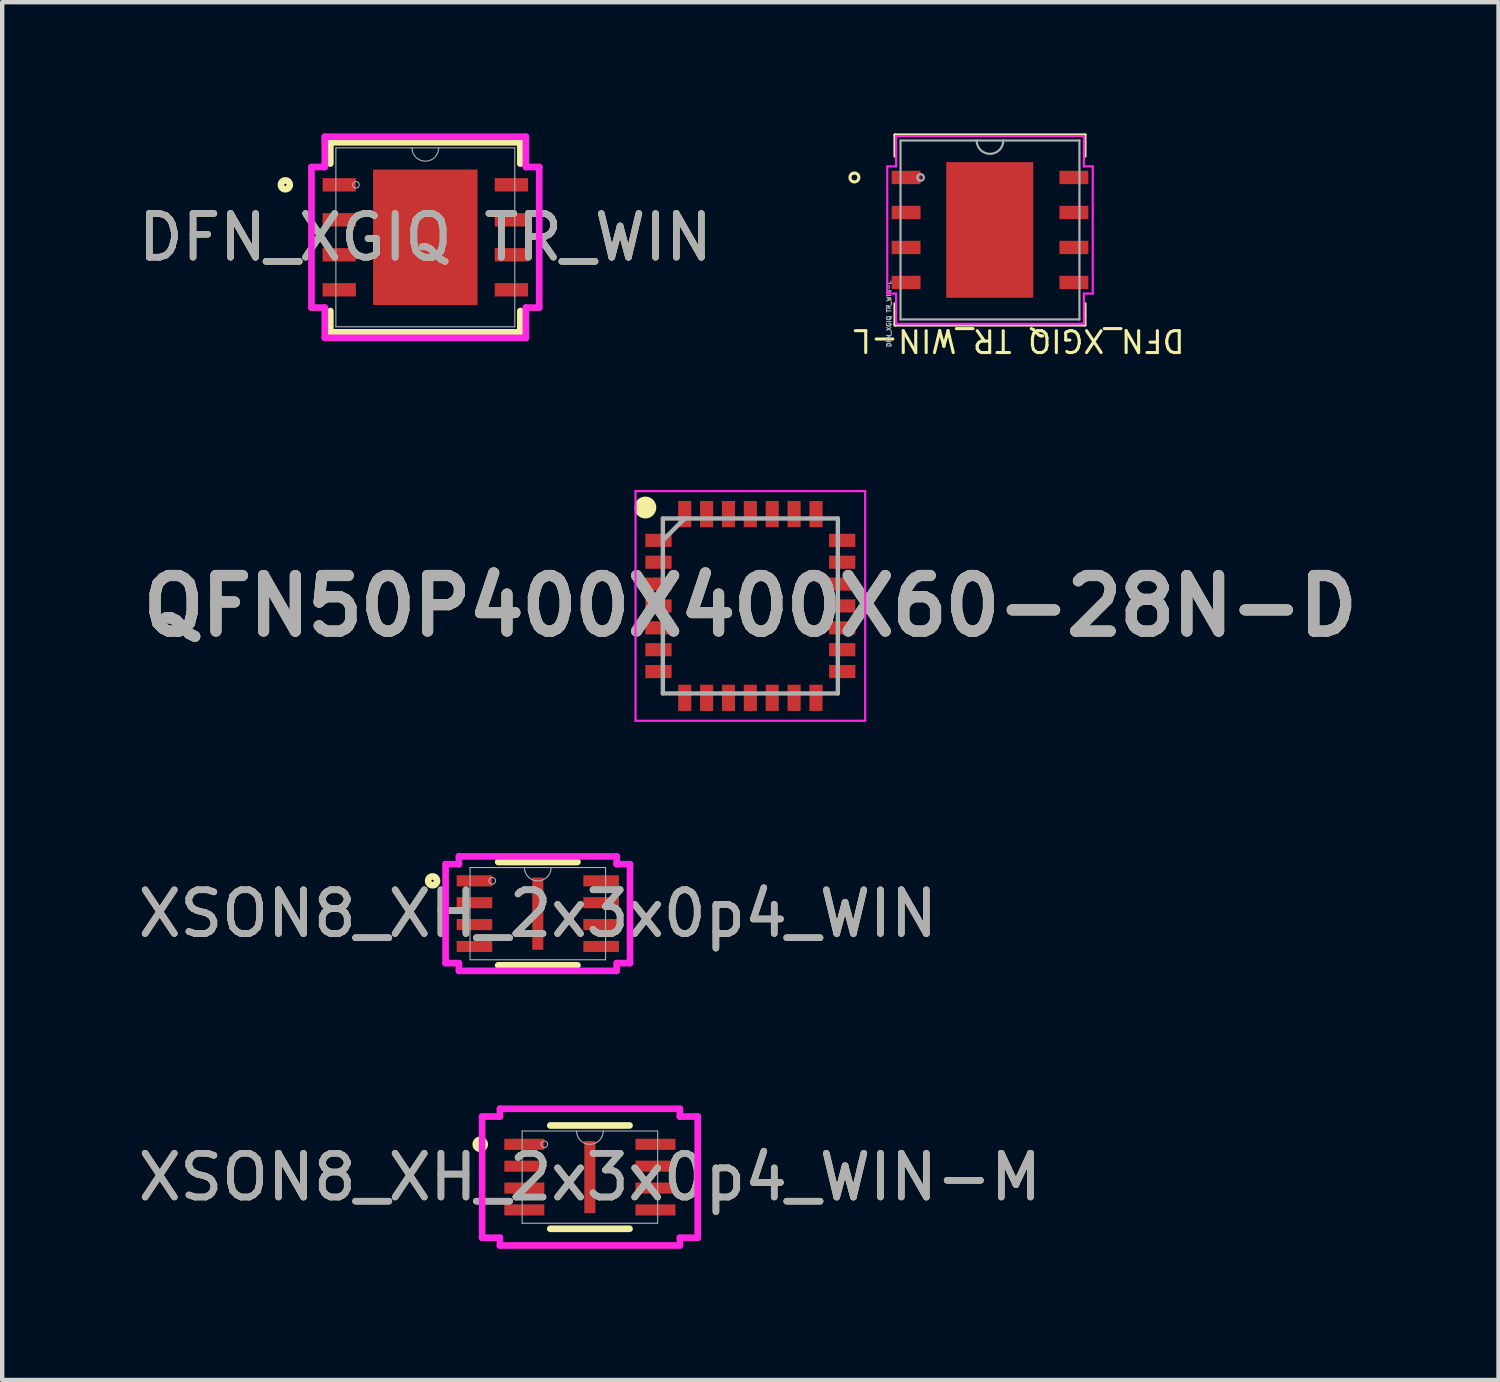
<source format=kicad_pcb>
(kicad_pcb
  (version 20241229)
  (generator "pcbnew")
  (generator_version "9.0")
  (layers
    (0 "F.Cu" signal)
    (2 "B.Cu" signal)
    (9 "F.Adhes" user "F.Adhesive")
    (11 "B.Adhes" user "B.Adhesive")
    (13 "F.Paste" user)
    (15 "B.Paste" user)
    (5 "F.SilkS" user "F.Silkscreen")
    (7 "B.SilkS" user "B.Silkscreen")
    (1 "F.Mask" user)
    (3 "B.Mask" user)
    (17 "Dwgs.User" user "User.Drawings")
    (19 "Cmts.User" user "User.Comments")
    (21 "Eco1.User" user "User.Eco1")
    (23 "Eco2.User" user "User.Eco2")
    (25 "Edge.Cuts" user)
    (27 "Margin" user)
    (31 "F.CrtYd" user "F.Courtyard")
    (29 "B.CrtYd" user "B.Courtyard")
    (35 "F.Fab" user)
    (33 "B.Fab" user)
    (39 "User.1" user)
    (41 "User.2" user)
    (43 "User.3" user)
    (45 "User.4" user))
  (footprint "XSON8_XH_2x3x0p4_WIN-M"
    (layer "F.Cu")
    (at 10.435 23.859)
    (property "Reference" "XSON8_XH_2x3x0p4_WIN-M" (at 0 0 0) (unlocked yes) (layer "F.SilkS") (effects (font (size 1 1) (thickness 0.15))))
    (attr smd)
    (fp_line (start -0.906 1.181) (end 0.906 1.181) (stroke (width 0.152) (type solid)) (layer "F.SilkS"))
    (fp_line (start 0.906 -1.181) (end -0.906 -1.181) (stroke (width 0.152) (type solid)) (layer "F.SilkS"))
    (fp_circle (center -2.507 -0.75) (end -2.405 -0.75) (stroke (width 0.152) (type solid)) (fill no) (layer "F.SilkS"))
    (fp_line (start -2.464 -1.385) (end -2.057 -1.385) (stroke (width 0.152) (type solid)) (layer "F.CrtYd"))
    (fp_line (start -2.464 1.385) (end -2.464 -1.385) (stroke (width 0.152) (type solid)) (layer "F.CrtYd"))
    (fp_line (start -2.464 1.385) (end -2.057 1.385) (stroke (width 0.152) (type solid)) (layer "F.CrtYd"))
    (fp_line (start -2.057 -1.562) (end 2.057 -1.562) (stroke (width 0.152) (type solid)) (layer "F.CrtYd"))
    (fp_line (start -2.057 -1.385) (end -2.057 -1.562) (stroke (width 0.152) (type solid)) (layer "F.CrtYd"))
    (fp_line (start -2.057 1.562) (end -2.057 1.385) (stroke (width 0.152) (type solid)) (layer "F.CrtYd"))
    (fp_line (start 2.057 -1.562) (end 2.057 -1.385) (stroke (width 0.152) (type solid)) (layer "F.CrtYd"))
    (fp_line (start 2.057 1.385) (end 2.057 1.562) (stroke (width 0.152) (type solid)) (layer "F.CrtYd"))
    (fp_line (start 2.057 1.562) (end -2.057 1.562) (stroke (width 0.152) (type solid)) (layer "F.CrtYd"))
    (fp_line (start 2.464 -1.385) (end 2.057 -1.385) (stroke (width 0.152) (type solid)) (layer "F.CrtYd"))
    (fp_line (start 2.464 -1.385) (end 2.464 1.385) (stroke (width 0.152) (type solid)) (layer "F.CrtYd"))
    (fp_line (start 2.464 1.385) (end 2.057 1.385) (stroke (width 0.152) (type solid)) (layer "F.CrtYd"))
    (fp_line (start -1.549 -1.054) (end -1.549 1.054) (stroke (width 0.025) (type solid)) (layer "F.Fab"))
    (fp_line (start -1.549 1.054) (end 1.549 1.054) (stroke (width 0.025) (type solid)) (layer "F.Fab"))
    (fp_line (start 1.549 -1.054) (end -1.549 -1.054) (stroke (width 0.025) (type solid)) (layer "F.Fab"))
    (fp_line (start 1.549 1.054) (end 1.549 -1.054) (stroke (width 0.025) (type solid)) (layer "F.Fab"))
    (fp_arc (start 0.3048 -1.0541) (mid 0 -0.7493) (end -0.3048 -1.0541) (stroke (width 0.0254) (type solid)) (layer "F.Fab"))
    (fp_circle (center -1.041 -0.75) (end -0.965 -0.75) (stroke (width 0.025) (type solid)) (fill no) (layer "F.Fab"))
    (fp_text user "${REFERENCE}" (at 0 0 0) (unlocked yes) (layer "F.Fab") (effects (font (size 1 1) (thickness 0.15))))
    (pad "1" smd rect (at -1.499 -0.75) (size 0.914 0.254) (layers "F.Cu" "F.Mask" "F.Paste"))
    (pad "2" smd rect (at -1.499 -0.25) (size 0.914 0.254) (layers "F.Cu" "F.Mask" "F.Paste"))
    (pad "3" smd rect (at -1.499 0.25) (size 0.914 0.254) (layers "F.Cu" "F.Mask" "F.Paste"))
    (pad "4" smd rect (at -1.499 0.75) (size 0.914 0.254) (layers "F.Cu" "F.Mask" "F.Paste"))
    (pad "5" smd rect (at 1.499 0.75) (size 0.914 0.254) (layers "F.Cu" "F.Mask" "F.Paste"))
    (pad "6" smd rect (at 1.499 0.25) (size 0.914 0.254) (layers "F.Cu" "F.Mask" "F.Paste"))
    (pad "7" smd rect (at 1.499 -0.25) (size 0.914 0.254) (layers "F.Cu" "F.Mask" "F.Paste"))
    (pad "8" smd rect (at 1.499 -0.75) (size 0.914 0.254) (layers "F.Cu" "F.Mask" "F.Paste"))
    (pad "9" smd rect (at 0 0) (size 0.254 1.651) (layers "F.Cu" "F.Mask" "F.Paste")))
  (footprint "QFN50P400X400X60-28N-D"
    (layer "F.Cu")
    (at 14.103 10.802)
    (property "Reference" "QFN50P400X400X60-28N-D" (at 0 0 0) (layer "F.SilkS") (effects (font (size 1.27 1.27) (thickness 0.254))))
    (attr smd)
    (fp_circle (center -2.4 -2.25) (end -2.4 -2.125) (stroke (width 0.25) (type solid)) (fill no) (layer "F.SilkS"))
    (fp_line (start -2.625 -2.625) (end 2.625 -2.625) (stroke (width 0.05) (type solid)) (layer "F.CrtYd"))
    (fp_line (start -2.625 2.625) (end -2.625 -2.625) (stroke (width 0.05) (type solid)) (layer "F.CrtYd"))
    (fp_line (start 2.625 -2.625) (end 2.625 2.625) (stroke (width 0.05) (type solid)) (layer "F.CrtYd"))
    (fp_line (start 2.625 2.625) (end -2.625 2.625) (stroke (width 0.05) (type solid)) (layer "F.CrtYd"))
    (fp_line (start -2 -2) (end 2 -2) (stroke (width 0.1) (type solid)) (layer "F.Fab"))
    (fp_line (start -2 -1.5) (end -1.5 -2) (stroke (width 0.1) (type solid)) (layer "F.Fab"))
    (fp_line (start -2 2) (end -2 -2) (stroke (width 0.1) (type solid)) (layer "F.Fab"))
    (fp_line (start 2 -2) (end 2 2) (stroke (width 0.1) (type solid)) (layer "F.Fab"))
    (fp_line (start 2 2) (end -2 2) (stroke (width 0.1) (type solid)) (layer "F.Fab"))
    (fp_text user "${REFERENCE}" (at 0 0 0) (layer "F.Fab") (effects (font (size 1.27 1.27) (thickness 0.254))))
    (pad "1" smd rect (at -2.1 -1.5 90) (size 0.3 0.6) (layers "F.Cu" "F.Mask" "F.Paste"))
    (pad "2" smd rect (at -2.1 -1 90) (size 0.3 0.6) (layers "F.Cu" "F.Mask" "F.Paste"))
    (pad "3" smd rect (at -2.1 -0.5 90) (size 0.3 0.6) (layers "F.Cu" "F.Mask" "F.Paste"))
    (pad "4" smd rect (at -2.1 0 90) (size 0.3 0.6) (layers "F.Cu" "F.Mask" "F.Paste"))
    (pad "5" smd rect (at -2.1 0.5 90) (size 0.3 0.6) (layers "F.Cu" "F.Mask" "F.Paste"))
    (pad "6" smd rect (at -2.1 1 90) (size 0.3 0.6) (layers "F.Cu" "F.Mask" "F.Paste"))
    (pad "7" smd rect (at -2.1 1.5 90) (size 0.3 0.6) (layers "F.Cu" "F.Mask" "F.Paste"))
    (pad "8" smd rect (at -1.5 2.1) (size 0.3 0.6) (layers "F.Cu" "F.Mask" "F.Paste"))
    (pad "9" smd rect (at -1 2.1) (size 0.3 0.6) (layers "F.Cu" "F.Mask" "F.Paste"))
    (pad "10" smd rect (at -0.5 2.1) (size 0.3 0.6) (layers "F.Cu" "F.Mask" "F.Paste"))
    (pad "11" smd rect (at 0 2.1) (size 0.3 0.6) (layers "F.Cu" "F.Mask" "F.Paste"))
    (pad "12" smd rect (at 0.5 2.1) (size 0.3 0.6) (layers "F.Cu" "F.Mask" "F.Paste"))
    (pad "13" smd rect (at 1 2.1) (size 0.3 0.6) (layers "F.Cu" "F.Mask" "F.Paste"))
    (pad "14" smd rect (at 1.5 2.1) (size 0.3 0.6) (layers "F.Cu" "F.Mask" "F.Paste"))
    (pad "15" smd rect (at 2.1 1.5 90) (size 0.3 0.6) (layers "F.Cu" "F.Mask" "F.Paste"))
    (pad "16" smd rect (at 2.1 1 90) (size 0.3 0.6) (layers "F.Cu" "F.Mask" "F.Paste"))
    (pad "17" smd rect (at 2.1 0.5 90) (size 0.3 0.6) (layers "F.Cu" "F.Mask" "F.Paste"))
    (pad "18" smd rect (at 2.1 0 90) (size 0.3 0.6) (layers "F.Cu" "F.Mask" "F.Paste"))
    (pad "19" smd rect (at 2.1 -0.5 90) (size 0.3 0.6) (layers "F.Cu" "F.Mask" "F.Paste"))
    (pad "20" smd rect (at 2.1 -1 90) (size 0.3 0.6) (layers "F.Cu" "F.Mask" "F.Paste"))
    (pad "21" smd rect (at 2.1 -1.5 90) (size 0.3 0.6) (layers "F.Cu" "F.Mask" "F.Paste"))
    (pad "22" smd rect (at 1.5 -2.1) (size 0.3 0.6) (layers "F.Cu" "F.Mask" "F.Paste"))
    (pad "23" smd rect (at 1 -2.1) (size 0.3 0.6) (layers "F.Cu" "F.Mask" "F.Paste"))
    (pad "24" smd rect (at 0.5 -2.1) (size 0.3 0.6) (layers "F.Cu" "F.Mask" "F.Paste"))
    (pad "25" smd rect (at 0 -2.1) (size 0.3 0.6) (layers "F.Cu" "F.Mask" "F.Paste"))
    (pad "26" smd rect (at -0.5 -2.1) (size 0.3 0.6) (layers "F.Cu" "F.Mask" "F.Paste"))
    (pad "27" smd rect (at -1 -2.1) (size 0.3 0.6) (layers "F.Cu" "F.Mask" "F.Paste"))
    (pad "28" smd rect (at -1.5 -2.1) (size 0.3 0.6) (layers "F.Cu" "F.Mask" "F.Paste")))
  (footprint "DFN_XGIQ TR_WIN"
    (layer "F.Cu")
    (at 6.673 2.375)
    (property "Reference" "DFN_XGIQ TR_WIN" (at 0 0 0) (unlocked yes) (layer "F.SilkS") (effects (font (size 1 1) (thickness 0.15))))
    (attr smd)
    (fp_line (start -2.172 -2.172) (end -2.172 -1.685) (stroke (width 0.152) (type solid)) (layer "F.SilkS"))
    (fp_line (start -2.172 1.685) (end -2.172 2.172) (stroke (width 0.152) (type solid)) (layer "F.SilkS"))
    (fp_line (start -2.172 2.172) (end 2.172 2.172) (stroke (width 0.152) (type solid)) (layer "F.SilkS"))
    (fp_line (start 2.172 -2.172) (end -2.172 -2.172) (stroke (width 0.152) (type solid)) (layer "F.SilkS"))
    (fp_line (start 2.172 -1.685) (end 2.172 -2.172) (stroke (width 0.152) (type solid)) (layer "F.SilkS"))
    (fp_line (start 2.172 2.172) (end 2.172 1.685) (stroke (width 0.152) (type solid)) (layer "F.SilkS"))
    (fp_circle (center -3.2 -1.2) (end -3.099 -1.2) (stroke (width 0.152) (type solid)) (fill no) (layer "F.SilkS"))
    (fp_poly (pts (xy -1.094 -1.449) (xy -1.094 -0.1) (xy 1.094 -0.1) (xy 1.094 -1.449)) (stroke (width 0) (type solid)) (fill yes) (layer "F.Paste"))
    (fp_poly (pts (xy -1.094 0.1) (xy -1.094 1.449) (xy 1.094 1.449) (xy 1.094 0.1)) (stroke (width 0) (type solid)) (fill yes) (layer "F.Paste"))
    (fp_line (start -2.603 -1.607) (end -2.299 -1.607) (stroke (width 0.152) (type solid)) (layer "F.CrtYd"))
    (fp_line (start -2.603 1.607) (end -2.603 -1.607) (stroke (width 0.152) (type solid)) (layer "F.CrtYd"))
    (fp_line (start -2.603 1.607) (end -2.299 1.607) (stroke (width 0.152) (type solid)) (layer "F.CrtYd"))
    (fp_line (start -2.299 -2.299) (end 2.299 -2.299) (stroke (width 0.152) (type solid)) (layer "F.CrtYd"))
    (fp_line (start -2.299 -1.607) (end -2.299 -2.299) (stroke (width 0.152) (type solid)) (layer "F.CrtYd"))
    (fp_line (start -2.299 2.299) (end -2.299 1.607) (stroke (width 0.152) (type solid)) (layer "F.CrtYd"))
    (fp_line (start 2.299 -2.299) (end 2.299 -1.607) (stroke (width 0.152) (type solid)) (layer "F.CrtYd"))
    (fp_line (start 2.299 1.607) (end 2.299 2.299) (stroke (width 0.152) (type solid)) (layer "F.CrtYd"))
    (fp_line (start 2.299 2.299) (end -2.299 2.299) (stroke (width 0.152) (type solid)) (layer "F.CrtYd"))
    (fp_line (start 2.603 -1.607) (end 2.299 -1.607) (stroke (width 0.152) (type solid)) (layer "F.CrtYd"))
    (fp_line (start 2.603 -1.607) (end 2.603 1.607) (stroke (width 0.152) (type solid)) (layer "F.CrtYd"))
    (fp_line (start 2.603 1.607) (end 2.299 1.607) (stroke (width 0.152) (type solid)) (layer "F.CrtYd"))
    (fp_line (start -2.045 -2.045) (end -2.045 2.045) (stroke (width 0.025) (type solid)) (layer "F.Fab"))
    (fp_line (start -2.045 2.045) (end 2.045 2.045) (stroke (width 0.025) (type solid)) (layer "F.Fab"))
    (fp_line (start 2.045 -2.045) (end -2.045 -2.045) (stroke (width 0.025) (type solid)) (layer "F.Fab"))
    (fp_line (start 2.045 2.045) (end 2.045 -2.045) (stroke (width 0.025) (type solid)) (layer "F.Fab"))
    (fp_arc (start 0.3048 -2.0447) (mid 0 -1.7399) (end -0.3048 -2.0447) (stroke (width 0.0254) (type solid)) (layer "F.Fab"))
    (fp_circle (center -1.587 -1.2) (end -1.511 -1.2) (stroke (width 0.025) (type solid)) (fill no) (layer "F.Fab"))
    (fp_text user "${REFERENCE}" (at 0 0 0) (unlocked yes) (layer "F.Fab") (effects (font (size 1 1) (thickness 0.15))))
    (pad "1" smd rect (at -1.968 -1.2) (size 0.762 0.305) (layers "F.Cu" "F.Mask" "F.Paste"))
    (pad "2" smd rect (at -1.968 -0.4) (size 0.762 0.305) (layers "F.Cu" "F.Mask" "F.Paste"))
    (pad "3" smd rect (at -1.968 0.4) (size 0.762 0.305) (layers "F.Cu" "F.Mask" "F.Paste"))
    (pad "4" smd rect (at -1.968 1.2) (size 0.762 0.305) (layers "F.Cu" "F.Mask" "F.Paste"))
    (pad "5" smd rect (at 1.968 1.2) (size 0.762 0.305) (layers "F.Cu" "F.Mask" "F.Paste"))
    (pad "6" smd rect (at 1.968 0.4) (size 0.762 0.305) (layers "F.Cu" "F.Mask" "F.Paste"))
    (pad "7" smd rect (at 1.968 -0.4) (size 0.762 0.305) (layers "F.Cu" "F.Mask" "F.Paste"))
    (pad "8" smd rect (at 1.968 -1.2) (size 0.762 0.305) (layers "F.Cu" "F.Mask" "F.Paste"))
    (pad "9" smd rect (at 0 0) (size 2.388 3.099) (layers "F.Cu" "F.Mask" "F.Paste")))
  (footprint "XSON8_XH_2x3x0p4_WIN"
    (layer "F.Cu")
    (at 9.244 17.836)
    (property "Reference" "XSON8_XH_2x3x0p4_WIN" (at 0 0 0) (unlocked yes) (layer "F.SilkS") (effects (font (size 1 1) (thickness 0.15))))
    (attr smd)
    (fp_line (start -0.906 1.181) (end 0.906 1.181) (stroke (width 0.152) (type solid)) (layer "F.SilkS"))
    (fp_line (start 0.906 -1.181) (end -0.906 -1.181) (stroke (width 0.152) (type solid)) (layer "F.SilkS"))
    (fp_circle (center -2.405 -0.75) (end -2.304 -0.75) (stroke (width 0.152) (type solid)) (fill no) (layer "F.SilkS"))
    (fp_line (start -2.108 -1.131) (end -1.803 -1.131) (stroke (width 0.152) (type solid)) (layer "F.CrtYd"))
    (fp_line (start -2.108 1.131) (end -2.108 -1.131) (stroke (width 0.152) (type solid)) (layer "F.CrtYd"))
    (fp_line (start -2.108 1.131) (end -1.803 1.131) (stroke (width 0.152) (type solid)) (layer "F.CrtYd"))
    (fp_line (start -1.803 -1.308) (end 1.803 -1.308) (stroke (width 0.152) (type solid)) (layer "F.CrtYd"))
    (fp_line (start -1.803 -1.131) (end -1.803 -1.308) (stroke (width 0.152) (type solid)) (layer "F.CrtYd"))
    (fp_line (start -1.803 1.308) (end -1.803 1.131) (stroke (width 0.152) (type solid)) (layer "F.CrtYd"))
    (fp_line (start 1.803 -1.308) (end 1.803 -1.131) (stroke (width 0.152) (type solid)) (layer "F.CrtYd"))
    (fp_line (start 1.803 1.131) (end 1.803 1.308) (stroke (width 0.152) (type solid)) (layer "F.CrtYd"))
    (fp_line (start 1.803 1.308) (end -1.803 1.308) (stroke (width 0.152) (type solid)) (layer "F.CrtYd"))
    (fp_line (start 2.108 -1.131) (end 1.803 -1.131) (stroke (width 0.152) (type solid)) (layer "F.CrtYd"))
    (fp_line (start 2.108 -1.131) (end 2.108 1.131) (stroke (width 0.152) (type solid)) (layer "F.CrtYd"))
    (fp_line (start 2.108 1.131) (end 1.803 1.131) (stroke (width 0.152) (type solid)) (layer "F.CrtYd"))
    (fp_line (start -1.549 -1.054) (end -1.549 1.054) (stroke (width 0.025) (type solid)) (layer "F.Fab"))
    (fp_line (start -1.549 1.054) (end 1.549 1.054) (stroke (width 0.025) (type solid)) (layer "F.Fab"))
    (fp_line (start 1.549 -1.054) (end -1.549 -1.054) (stroke (width 0.025) (type solid)) (layer "F.Fab"))
    (fp_line (start 1.549 1.054) (end 1.549 -1.054) (stroke (width 0.025) (type solid)) (layer "F.Fab"))
    (fp_arc (start 0.3048 -1.0541) (mid 0 -0.7493) (end -0.3048 -1.0541) (stroke (width 0.0254) (type solid)) (layer "F.Fab"))
    (fp_circle (center -1.041 -0.75) (end -0.965 -0.75) (stroke (width 0.025) (type solid)) (fill no) (layer "F.Fab"))
    (fp_text user "${REFERENCE}" (at 0 0 0) (unlocked yes) (layer "F.Fab") (effects (font (size 1 1) (thickness 0.15))))
    (pad "1" smd rect (at -1.448 -0.75) (size 0.813 0.254) (layers "F.Cu" "F.Mask" "F.Paste"))
    (pad "2" smd rect (at -1.448 -0.25) (size 0.813 0.254) (layers "F.Cu" "F.Mask" "F.Paste"))
    (pad "3" smd rect (at -1.448 0.25) (size 0.813 0.254) (layers "F.Cu" "F.Mask" "F.Paste"))
    (pad "4" smd rect (at -1.448 0.75) (size 0.813 0.254) (layers "F.Cu" "F.Mask" "F.Paste"))
    (pad "5" smd rect (at 1.448 0.75) (size 0.813 0.254) (layers "F.Cu" "F.Mask" "F.Paste"))
    (pad "6" smd rect (at 1.448 0.25) (size 0.813 0.254) (layers "F.Cu" "F.Mask" "F.Paste"))
    (pad "7" smd rect (at 1.448 -0.25) (size 0.813 0.254) (layers "F.Cu" "F.Mask" "F.Paste"))
    (pad "8" smd rect (at 1.448 -0.75) (size 0.813 0.254) (layers "F.Cu" "F.Mask" "F.Paste"))
    (pad "9" smd rect (at 0 0) (size 0.254 1.651) (layers "F.Cu" "F.Mask" "F.Paste")))
  (footprint "DFN_XGIQ TR_WIN-L"
    (layer "F.Cu")
    (at 19.581 2.207)
    (property "Reference" "DFN_XGIQ TR_WIN-L" (at 0.66 2.53 180) (unlocked yes) (layer "F.SilkS") (effects (font (size 0.5 0.5) (thickness 0.07))))
    (attr smd)
    (fp_line (start -2.172 -2.172) (end -2.172 -1.685) (stroke (width 0.07) (type solid)) (layer "F.SilkS"))
    (fp_line (start -2.172 1.685) (end -2.172 2.172) (stroke (width 0.07) (type solid)) (layer "F.SilkS"))
    (fp_line (start -2.172 2.172) (end 2.172 2.172) (stroke (width 0.07) (type solid)) (layer "F.SilkS"))
    (fp_line (start 2.172 -2.172) (end -2.172 -2.172) (stroke (width 0.07) (type solid)) (layer "F.SilkS"))
    (fp_line (start 2.172 -1.685) (end 2.172 -2.172) (stroke (width 0.07) (type solid)) (layer "F.SilkS"))
    (fp_line (start 2.172 2.172) (end 2.172 1.685) (stroke (width 0.07) (type solid)) (layer "F.SilkS"))
    (fp_circle (center -3.099 -1.2) (end -2.997 -1.2) (stroke (width 0.07) (type solid)) (fill no) (layer "F.SilkS"))
    (fp_poly (pts (xy -0.794 -1.449) (xy -0.794 -0.1) (xy 0.784 -0.1) (xy 0.784 -1.449)) (stroke (width 0.15) (type solid)) (fill yes) (layer "F.Paste"))
    (fp_poly (pts (xy -0.794 0.1) (xy -0.794 1.449) (xy 0.784 1.449) (xy 0.784 0.1)) (stroke (width 0.15) (type solid)) (fill yes) (layer "F.Paste"))
    (fp_line (start -2.349 -1.454) (end -2.146 -1.454) (stroke (width 0.05) (type solid)) (layer "F.CrtYd"))
    (fp_line (start -2.349 1.454) (end -2.349 -1.454) (stroke (width 0.05) (type solid)) (layer "F.CrtYd"))
    (fp_line (start -2.349 1.454) (end -2.146 1.454) (stroke (width 0.05) (type solid)) (layer "F.CrtYd"))
    (fp_line (start -2.146 -2.146) (end 2.146 -2.146) (stroke (width 0.05) (type solid)) (layer "F.CrtYd"))
    (fp_line (start -2.146 -1.454) (end -2.146 -2.146) (stroke (width 0.05) (type solid)) (layer "F.CrtYd"))
    (fp_line (start -2.146 2.146) (end -2.146 1.454) (stroke (width 0.05) (type solid)) (layer "F.CrtYd"))
    (fp_line (start 2.146 -2.146) (end 2.146 -1.454) (stroke (width 0.05) (type solid)) (layer "F.CrtYd"))
    (fp_line (start 2.146 1.454) (end 2.146 2.146) (stroke (width 0.05) (type solid)) (layer "F.CrtYd"))
    (fp_line (start 2.146 2.146) (end -2.146 2.146) (stroke (width 0.05) (type solid)) (layer "F.CrtYd"))
    (fp_line (start 2.349 -1.454) (end 2.146 -1.454) (stroke (width 0.05) (type solid)) (layer "F.CrtYd"))
    (fp_line (start 2.349 -1.454) (end 2.349 1.454) (stroke (width 0.05) (type solid)) (layer "F.CrtYd"))
    (fp_line (start 2.349 1.454) (end 2.146 1.454) (stroke (width 0.05) (type solid)) (layer "F.CrtYd"))
    (fp_line (start -2.045 -2.045) (end -2.045 2.045) (stroke (width 0.05) (type solid)) (layer "F.Fab"))
    (fp_line (start -2.045 2.045) (end 2.045 2.045) (stroke (width 0.05) (type solid)) (layer "F.Fab"))
    (fp_line (start 2.045 -2.045) (end -2.045 -2.045) (stroke (width 0.05) (type solid)) (layer "F.Fab"))
    (fp_line (start 2.045 2.045) (end 2.045 -2.045) (stroke (width 0.05) (type solid)) (layer "F.Fab"))
    (fp_arc (start 0.3048 -2.0447) (mid 0 -1.7399) (end -0.3048 -2.0447) (stroke (width 0.05) (type solid)) (layer "F.Fab"))
    (fp_circle (center -1.587 -1.2) (end -1.511 -1.2) (stroke (width 0.05) (type solid)) (fill no) (layer "F.Fab"))
    (fp_text user "${REFERENCE}" (at -2.31 1.92 90) (unlocked yes) (layer "F.Fab") (effects (font (size 0.1 0.1) (thickness 0.05))))
    (pad "1" smd rect (at -1.918 -1.2) (size 0.66 0.305) (layers "F.Cu" "F.Mask" "F.Paste"))
    (pad "2" smd rect (at -1.918 -0.4) (size 0.66 0.305) (layers "F.Cu" "F.Mask" "F.Paste"))
    (pad "3" smd rect (at -1.918 0.4) (size 0.66 0.305) (layers "F.Cu" "F.Mask" "F.Paste"))
    (pad "4" smd rect (at -1.918 1.2) (size 0.66 0.305) (layers "F.Cu" "F.Mask" "F.Paste"))
    (pad "5" smd rect (at 1.918 1.2) (size 0.66 0.305) (layers "F.Cu" "F.Mask" "F.Paste"))
    (pad "6" smd rect (at 1.918 0.4) (size 0.66 0.305) (layers "F.Cu" "F.Mask" "F.Paste"))
    (pad "7" smd rect (at 1.918 -0.4) (size 0.66 0.305) (layers "F.Cu" "F.Mask" "F.Paste"))
    (pad "8" smd rect (at 1.918 -1.2) (size 0.66 0.305) (layers "F.Cu" "F.Mask" "F.Paste"))
    (pad "9" smd rect (at -0.005 0) (size 1.99 3.1) (layers "F.Cu" "F.Mask" "F.Paste")))
  (gr_rect
    (start -3 -3)
    (end 31.206 28.497)
    (stroke (width 0.1) (type default))
    (fill no)
    (layer "Edge.Cuts")))
</source>
